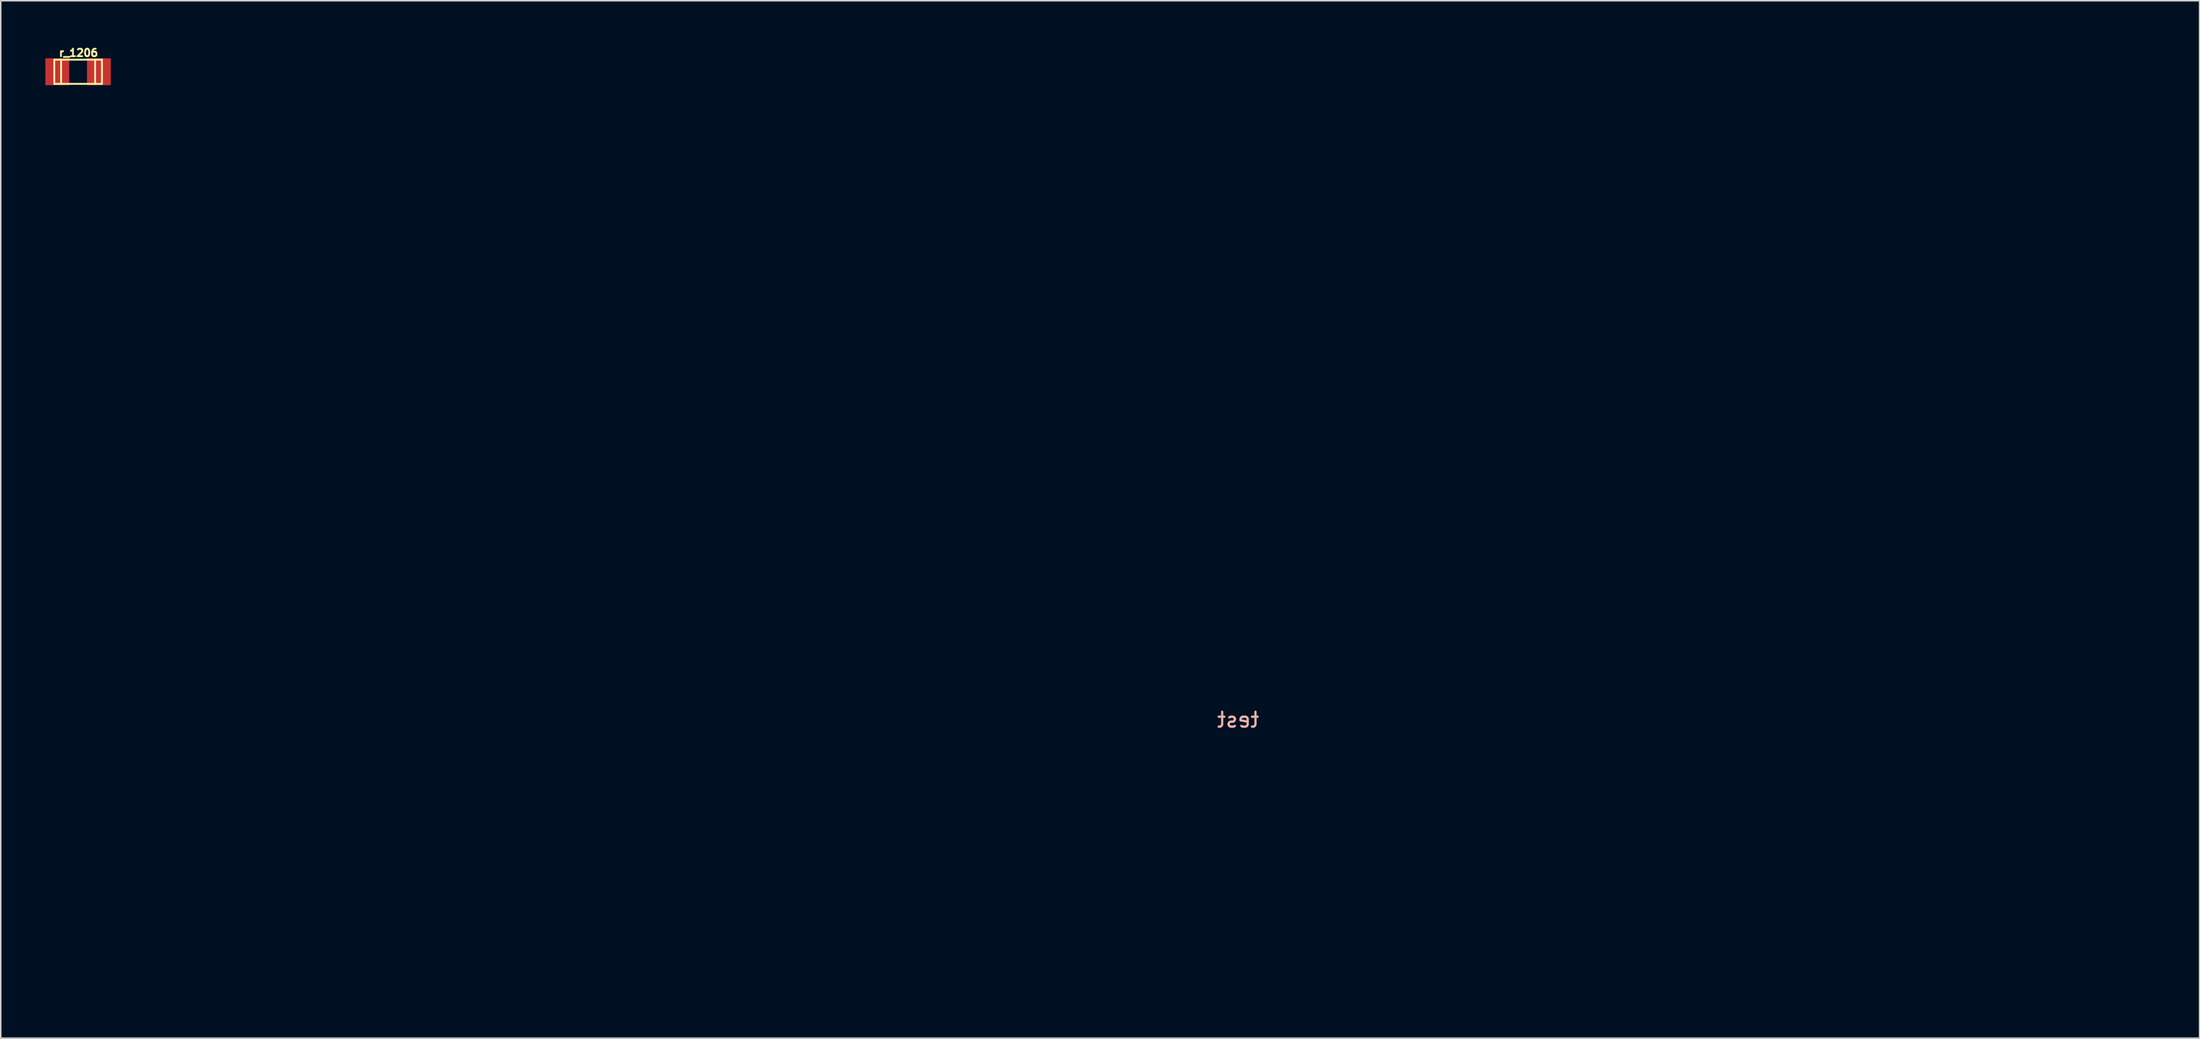
<source format=kicad_pcb>
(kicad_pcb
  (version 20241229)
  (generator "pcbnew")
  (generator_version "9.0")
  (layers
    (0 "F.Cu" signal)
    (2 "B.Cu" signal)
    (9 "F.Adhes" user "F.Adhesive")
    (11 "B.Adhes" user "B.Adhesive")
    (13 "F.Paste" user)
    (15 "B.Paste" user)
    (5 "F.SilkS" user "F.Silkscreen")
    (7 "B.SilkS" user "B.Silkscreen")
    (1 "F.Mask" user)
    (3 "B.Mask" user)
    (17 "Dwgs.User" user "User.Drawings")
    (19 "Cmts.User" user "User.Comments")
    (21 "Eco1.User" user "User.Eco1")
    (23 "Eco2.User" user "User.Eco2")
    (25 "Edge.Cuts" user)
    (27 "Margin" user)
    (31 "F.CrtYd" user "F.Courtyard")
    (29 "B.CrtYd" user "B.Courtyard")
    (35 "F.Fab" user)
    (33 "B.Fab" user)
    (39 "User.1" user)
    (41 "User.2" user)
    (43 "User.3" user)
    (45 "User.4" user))
  (footprint "r_1206"
    (layer "F.Cu")
    (at 2.197 1.772)
    (property "Reference" "r_1206" (at 0.025 -1.27 0) (layer "F.SilkS") (effects (font (size 0.5 0.5) (thickness 0.119))))
    (attr through_hole)
    (fp_line (start -1.6 -0.813) (end -1.6 0.813) (stroke (width 0.127) (type solid)) (layer "F.SilkS"))
    (fp_line (start -1.6 0.813) (end 1.6 0.813) (stroke (width 0.127) (type solid)) (layer "F.SilkS"))
    (fp_line (start -1.143 -0.813) (end -1.143 0.813) (stroke (width 0.127) (type solid)) (layer "F.SilkS"))
    (fp_line (start 1.143 0.813) (end 1.143 -0.813) (stroke (width 0.127) (type solid)) (layer "F.SilkS"))
    (fp_line (start 1.6 -0.813) (end -1.6 -0.813) (stroke (width 0.127) (type solid)) (layer "F.SilkS"))
    (fp_line (start 1.6 0.813) (end 1.6 -0.813) (stroke (width 0.127) (type solid)) (layer "F.SilkS"))
    (pad "1" smd rect (at 1.397 0) (size 1.6 1.803) (layers "F.Cu" "F.Mask" "F.Paste"))
    (pad "2" smd rect (at -1.397 0) (size 1.6 1.803) (layers "F.Cu" "F.Mask" "F.Paste")))
  (footprint "test"
    (layer "F.Cu")
    (at 80.116 35.109)
    (property "Reference" "test" (at 0 10.219 0) (layer "B.SilkS") (effects (font (size 1 1) (thickness 0.15)) (justify mirror)))
    (attr through_hole)
    (fp_line (start -80.066 -4.663) (end -79.166 -7.063) (stroke (width 0.1) (type solid)) (layer "Eco2.User"))
    (fp_line (start -79.166 -7.063) (end -39.666 -11.063) (stroke (width 0.1) (type solid)) (layer "Eco2.User"))
    (fp_line (start -39.666 -11.063) (end -31.766 -17.463) (stroke (width 0.1) (type solid)) (layer "Eco2.User"))
    (fp_line (start -38.221 -1.809) (end -80.066 -4.663) (stroke (width 0.1) (type solid)) (layer "Eco2.User"))
    (fp_line (start -31.766 -17.463) (end -28.666 -29.363) (stroke (width 0.1) (type solid)) (layer "Eco2.User"))
    (fp_line (start -31.066 3.837) (end -38.221 -1.809) (stroke (width 0.1) (type solid)) (layer "Eco2.User"))
    (fp_line (start -28.666 -29.363) (end -27.014 -29.385) (stroke (width 0.1) (type solid)) (layer "Eco2.User"))
    (fp_line (start -27.566 17.337) (end -31.066 3.837) (stroke (width 0.1) (type solid)) (layer "Eco2.User"))
    (fp_line (start -27.014 -29.385) (end -23.166 -17.463) (stroke (width 0.1) (type solid)) (layer "Eco2.User"))
    (fp_line (start -26.066 17.337) (end -27.566 17.337) (stroke (width 0.1) (type solid)) (layer "Eco2.User"))
    (fp_line (start -23.166 -17.463) (end -16.623 -11.8) (stroke (width 0.1) (type solid)) (layer "Eco2.User"))
    (fp_line (start -22.766 3.837) (end -26.066 17.337) (stroke (width 0.1) (type solid)) (layer "Eco2.User"))
    (fp_line (start -22.743 17.69) (end -8.35 15.152) (stroke (width 0.1) (type solid)) (layer "Eco2.User"))
    (fp_line (start -22.743 18.648) (end -22.743 17.69) (stroke (width 0.1) (type solid)) (layer "Eco2.User"))
    (fp_line (start -16.826 -2.11) (end -22.766 3.837) (stroke (width 0.1) (type solid)) (layer "Eco2.User"))
    (fp_line (start -16.623 -11.8) (end 18.818 -8.503) (stroke (width 0.1) (type solid)) (layer "Eco2.User"))
    (fp_line (start -8.35 15.152) (end -5.657 12.932) (stroke (width 0.1) (type solid)) (layer "Eco2.User"))
    (fp_line (start -8.35 20.229) (end -22.743 18.648) (stroke (width 0.1) (type solid)) (layer "Eco2.User"))
    (fp_line (start -5.812 21.666) (end -8.35 20.229) (stroke (width 0.1) (type solid)) (layer "Eco2.User"))
    (fp_line (start -5.657 12.932) (end -3.71 6.253) (stroke (width 0.1) (type solid)) (layer "Eco2.User"))
    (fp_line (start -3.71 6.253) (end -3.046 6.447) (stroke (width 0.1) (type solid)) (layer "Eco2.User"))
    (fp_line (start -3.106 28.563) (end -5.812 21.666) (stroke (width 0.1) (type solid)) (layer "Eco2.User"))
    (fp_line (start -3.046 6.447) (end -0.803 12.826) (stroke (width 0.1) (type solid)) (layer "Eco2.User"))
    (fp_line (start -2.244 28.563) (end -3.106 28.563) (stroke (width 0.1) (type solid)) (layer "Eco2.User"))
    (fp_line (start -0.803 12.826) (end 1.934 14.937) (stroke (width 0.1) (type solid)) (layer "Eco2.User"))
    (fp_line (start -0.4 21.666) (end -2.244 28.563) (stroke (width 0.1) (type solid)) (layer "Eco2.User"))
    (fp_line (start 1.934 14.937) (end 16.586 16.249) (stroke (width 0.1) (type solid)) (layer "Eco2.User"))
    (fp_line (start 1.934 19.937) (end -0.4 21.666) (stroke (width 0.1) (type solid)) (layer "Eco2.User"))
    (fp_line (start 2.234 4.437) (end 2.234 5.337) (stroke (width 0.1) (type solid)) (layer "Eco2.User"))
    (fp_line (start 2.234 5.337) (end 13.034 6.737) (stroke (width 0.1) (type solid)) (layer "Eco2.User"))
    (fp_line (start 13.034 2.437) (end 2.234 4.437) (stroke (width 0.1) (type solid)) (layer "Eco2.User"))
    (fp_line (start 13.034 6.737) (end 14.834 8.037) (stroke (width 0.1) (type solid)) (layer "Eco2.User"))
    (fp_line (start 14.634 1.237) (end 13.034 2.437) (stroke (width 0.1) (type solid)) (layer "Eco2.User"))
    (fp_line (start 14.834 8.037) (end 16.734 13.337) (stroke (width 0.1) (type solid)) (layer "Eco2.User"))
    (fp_line (start 16.334 -4.263) (end 14.634 1.237) (stroke (width 0.1) (type solid)) (layer "Eco2.User"))
    (fp_line (start 16.565 17.621) (end 1.934 19.937) (stroke (width 0.1) (type solid)) (layer "Eco2.User"))
    (fp_line (start 16.586 16.249) (end 29.196 14.625) (stroke (width 0.1) (type solid)) (layer "Eco2.User"))
    (fp_line (start 16.734 13.337) (end 17.334 13.337) (stroke (width 0.1) (type solid)) (layer "Eco2.User"))
    (fp_line (start 17.134 -4.263) (end 16.334 -4.263) (stroke (width 0.1) (type solid)) (layer "Eco2.User"))
    (fp_line (start 17.334 13.337) (end 18.934 8.037) (stroke (width 0.1) (type solid)) (layer "Eco2.User"))
    (fp_line (start 18.818 -8.503) (end 20.334 -8.503) (stroke (width 0.1) (type solid)) (layer "Eco2.User"))
    (fp_line (start 18.818 -6.674) (end -16.826 -2.11) (stroke (width 0.1) (type solid)) (layer "Eco2.User"))
    (fp_line (start 18.934 1.137) (end 17.134 -4.263) (stroke (width 0.1) (type solid)) (layer "Eco2.User"))
    (fp_line (start 18.934 8.037) (end 20.723 6.507) (stroke (width 0.1) (type solid)) (layer "Eco2.User"))
    (fp_line (start 20.334 -8.503) (end 34.634 -9.563) (stroke (width 0.1) (type solid)) (layer "Eco2.User"))
    (fp_line (start 20.334 -6.674) (end 18.818 -6.674) (stroke (width 0.1) (type solid)) (layer "Eco2.User"))
    (fp_line (start 20.723 2.437) (end 18.934 1.137) (stroke (width 0.1) (type solid)) (layer "Eco2.User"))
    (fp_line (start 20.723 6.507) (end 32.231 5.095) (stroke (width 0.1) (type solid)) (layer "Eco2.User"))
    (fp_line (start 29.196 14.625) (end 31.134 13.237) (stroke (width 0.1) (type solid)) (layer "Eco2.User"))
    (fp_line (start 29.196 18.224) (end 16.565 17.621) (stroke (width 0.1) (type solid)) (layer "Eco2.User"))
    (fp_line (start 31.134 13.237) (end 32.434 8.337) (stroke (width 0.1) (type solid)) (layer "Eco2.User"))
    (fp_line (start 31.462 19.304) (end 29.196 18.224) (stroke (width 0.1) (type solid)) (layer "Eco2.User"))
    (fp_line (start 32.231 3.483) (end 20.723 2.437) (stroke (width 0.1) (type solid)) (layer "Eco2.User"))
    (fp_line (start 32.231 5.095) (end 42.534 5.637) (stroke (width 0.1) (type solid)) (layer "Eco2.User"))
    (fp_line (start 32.434 8.337) (end 33.134 8.337) (stroke (width 0.1) (type solid)) (layer "Eco2.User"))
    (fp_line (start 33.134 8.337) (end 34.934 13.137) (stroke (width 0.1) (type solid)) (layer "Eco2.User"))
    (fp_line (start 33.425 24.196) (end 31.462 19.304) (stroke (width 0.1) (type solid)) (layer "Eco2.User"))
    (fp_line (start 34.228 24.196) (end 33.425 24.196) (stroke (width 0.1) (type solid)) (layer "Eco2.User"))
    (fp_line (start 34.634 -9.563) (end 36.934 -11.163) (stroke (width 0.1) (type solid)) (layer "Eco2.User"))
    (fp_line (start 34.634 -6.163) (end 20.334 -6.674) (stroke (width 0.1) (type solid)) (layer "Eco2.User"))
    (fp_line (start 34.934 13.137) (end 36.834 14.337) (stroke (width 0.1) (type solid)) (layer "Eco2.User"))
    (fp_line (start 35.377 19.2) (end 34.228 24.196) (stroke (width 0.1) (type solid)) (layer "Eco2.User"))
    (fp_line (start 36.634 -5.163) (end 34.634 -6.163) (stroke (width 0.1) (type solid)) (layer "Eco2.User"))
    (fp_line (start 36.834 14.337) (end 53.234 14.737) (stroke (width 0.1) (type solid)) (layer "Eco2.User"))
    (fp_line (start 36.93 18.008) (end 35.377 19.2) (stroke (width 0.1) (type solid)) (layer "Eco2.User"))
    (fp_line (start 36.934 -11.163) (end 38.434 -15.963) (stroke (width 0.1) (type solid)) (layer "Eco2.User"))
    (fp_line (start 38.234 -0.263) (end 36.634 -5.163) (stroke (width 0.1) (type solid)) (layer "Eco2.User"))
    (fp_line (start 38.434 -15.963) (end 39.234 -15.963) (stroke (width 0.1) (type solid)) (layer "Eco2.User"))
    (fp_line (start 39.134 -0.263) (end 38.234 -0.263) (stroke (width 0.1) (type solid)) (layer "Eco2.User"))
    (fp_line (start 39.234 -15.963) (end 40.534 -11.163) (stroke (width 0.1) (type solid)) (layer "Eco2.User"))
    (fp_line (start 40.534 -11.163) (end 42.791 -9.704) (stroke (width 0.1) (type solid)) (layer "Eco2.User"))
    (fp_line (start 40.634 -5.163) (end 39.134 -0.263) (stroke (width 0.1) (type solid)) (layer "Eco2.User"))
    (fp_line (start 42.534 2.337) (end 32.231 3.483) (stroke (width 0.1) (type solid)) (layer "Eco2.User"))
    (fp_line (start 42.534 5.637) (end 44.834 6.937) (stroke (width 0.1) (type solid)) (layer "Eco2.User"))
    (fp_line (start 42.791 -9.704) (end 60.634 -9.163) (stroke (width 0.1) (type solid)) (layer "Eco2.User"))
    (fp_line (start 42.791 -6.233) (end 40.634 -5.163) (stroke (width 0.1) (type solid)) (layer "Eco2.User"))
    (fp_line (start 44.534 1.537) (end 42.534 2.337) (stroke (width 0.1) (type solid)) (layer "Eco2.User"))
    (fp_line (start 44.834 6.937) (end 46.334 11.037) (stroke (width 0.1) (type solid)) (layer "Eco2.User"))
    (fp_line (start 46.079 -3.413) (end 44.534 1.537) (stroke (width 0.1) (type solid)) (layer "Eco2.User"))
    (fp_line (start 46.334 11.037) (end 46.934 11.037) (stroke (width 0.1) (type solid)) (layer "Eco2.User"))
    (fp_line (start 46.584 -3.413) (end 46.079 -3.413) (stroke (width 0.1) (type solid)) (layer "Eco2.User"))
    (fp_line (start 46.934 11.037) (end 48.234 6.937) (stroke (width 0.1) (type solid)) (layer "Eco2.User"))
    (fp_line (start 48.234 6.937) (end 50.234 5.537) (stroke (width 0.1) (type solid)) (layer "Eco2.User"))
    (fp_line (start 48.26 1.27) (end 46.584 -3.413) (stroke (width 0.1) (type solid)) (layer "Eco2.User"))
    (fp_line (start 50.134 2.237) (end 48.26 1.27) (stroke (width 0.1) (type solid)) (layer "Eco2.User"))
    (fp_line (start 50.234 5.537) (end 61.034 4.537) (stroke (width 0.1) (type solid)) (layer "Eco2.User"))
    (fp_line (start 50.927 16.582) (end 36.93 18.008) (stroke (width 0.1) (type solid)) (layer "Eco2.User"))
    (fp_line (start 53.234 14.737) (end 50.927 16.582) (stroke (width 0.1) (type solid)) (layer "Eco2.User"))
    (fp_line (start 60.634 -9.163) (end 61.334 -7.563) (stroke (width 0.1) (type solid)) (layer "Eco2.User"))
    (fp_line (start 61.034 4.537) (end 61.534 2.837) (stroke (width 0.1) (type solid)) (layer "Eco2.User"))
    (fp_line (start 61.334 -7.563) (end 42.791 -6.233) (stroke (width 0.1) (type solid)) (layer "Eco2.User"))
    (fp_line (start 61.534 2.837) (end 50.134 2.237) (stroke (width 0.1) (type solid)) (layer "Eco2.User"))
    (fp_circle (center -36.185 -6.788) (end -34.185 -6.788) (stroke (width 0.1) (type solid)) (fill no) (layer "Eco2.User"))
    (fp_circle (center -27.532 -14.136) (end -25.532 -14.136) (stroke (width 0.1) (type solid)) (fill no) (layer "Eco2.User"))
    (fp_circle (center -27.066 0.937) (end -25.066 0.937) (stroke (width 0.1) (type solid)) (fill no) (layer "Eco2.User"))
    (fp_circle (center -18.566 -7.063) (end -16.566 -7.063) (stroke (width 0.1) (type solid)) (fill no) (layer "Eco2.User"))
    (fp_circle (center -3.291 17.248) (end -1.291 17.248) (stroke (width 0.1) (type solid)) (fill no) (layer "Eco2.User"))
    (fp_circle (center 16.693 4.474) (end 18.693 4.474) (stroke (width 0.1) (type solid)) (fill no) (layer "Eco2.User"))
    (fp_circle (center 33.106 16.492) (end 35.106 16.492) (stroke (width 0.1) (type solid)) (fill no) (layer "Eco2.User"))
    (fp_circle (center 38.295 -8.161) (end 40.295 -8.161) (stroke (width 0.1) (type solid)) (fill no) (layer "Eco2.User"))
    (fp_circle (center 46.398 3.788) (end 48.398 3.788) (stroke (width 0.1) (type solid)) (fill no) (layer "Eco2.User")))
  (gr_rect
    (start -3 -3)
    (end 144.7 66.721)
    (stroke (width 0.1) (type default))
    (fill no)
    (layer "Edge.Cuts")))
</source>
